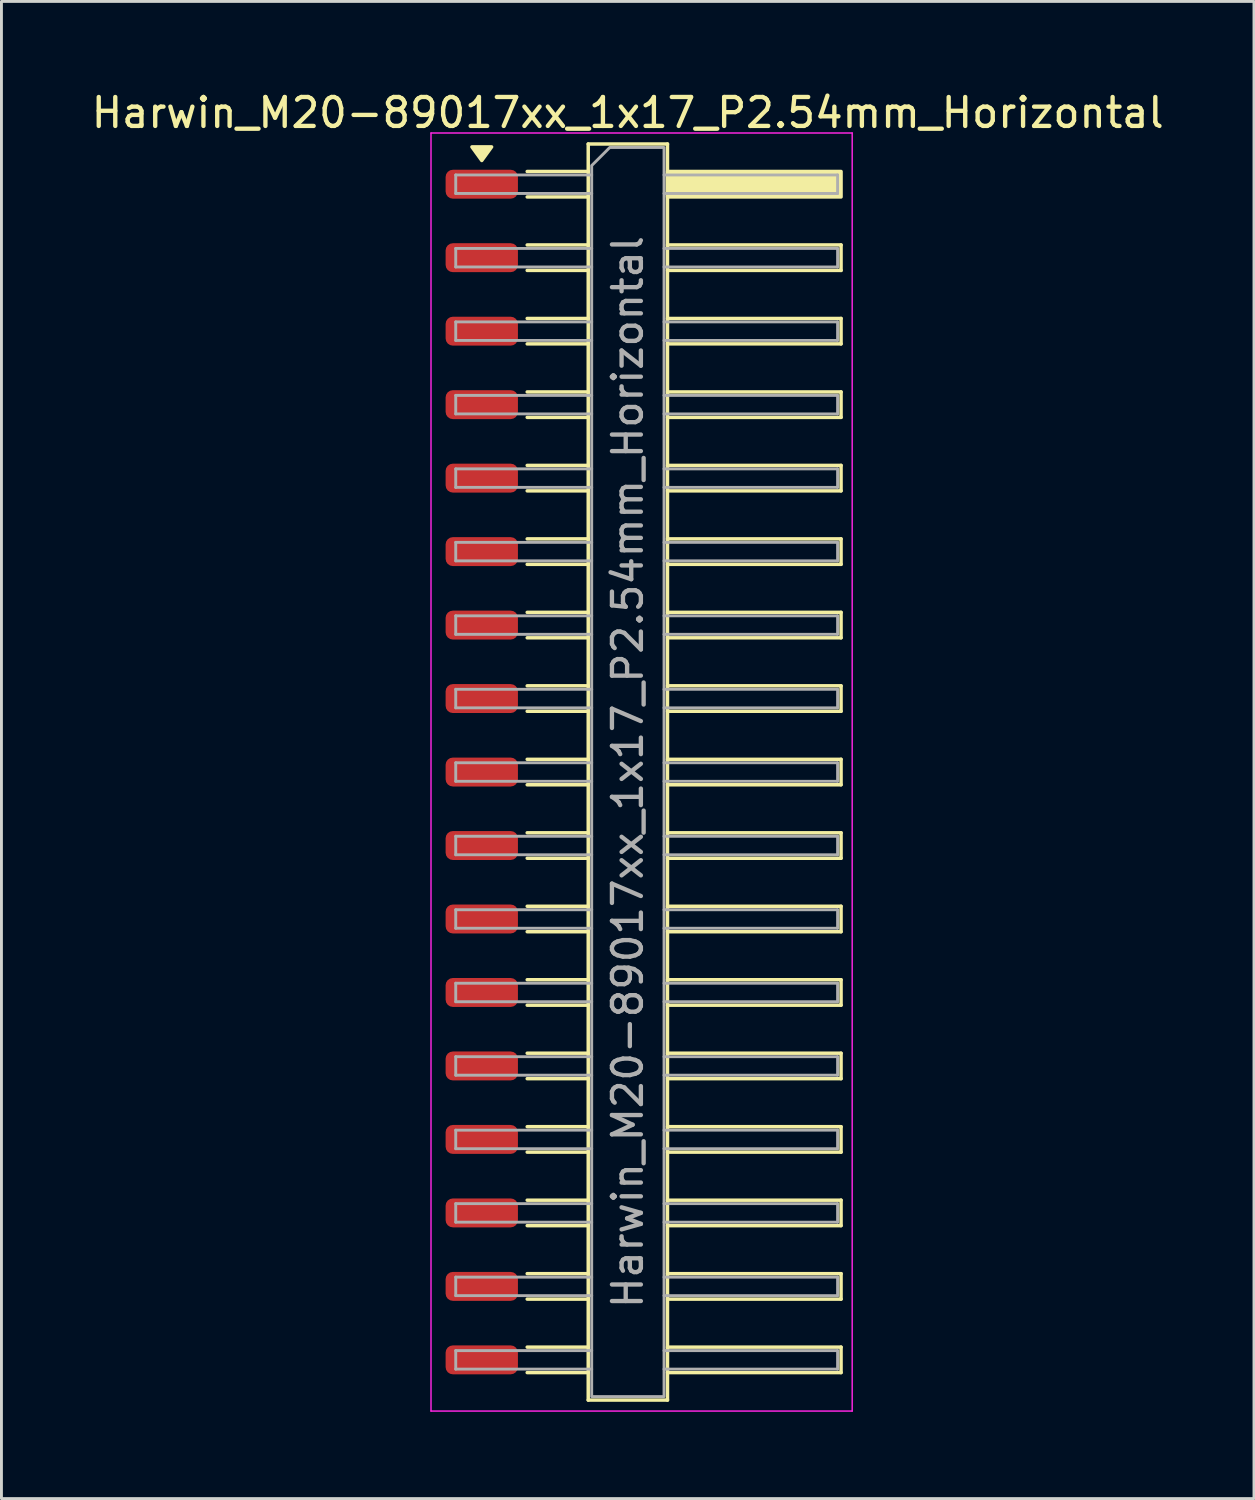
<source format=kicad_pcb>
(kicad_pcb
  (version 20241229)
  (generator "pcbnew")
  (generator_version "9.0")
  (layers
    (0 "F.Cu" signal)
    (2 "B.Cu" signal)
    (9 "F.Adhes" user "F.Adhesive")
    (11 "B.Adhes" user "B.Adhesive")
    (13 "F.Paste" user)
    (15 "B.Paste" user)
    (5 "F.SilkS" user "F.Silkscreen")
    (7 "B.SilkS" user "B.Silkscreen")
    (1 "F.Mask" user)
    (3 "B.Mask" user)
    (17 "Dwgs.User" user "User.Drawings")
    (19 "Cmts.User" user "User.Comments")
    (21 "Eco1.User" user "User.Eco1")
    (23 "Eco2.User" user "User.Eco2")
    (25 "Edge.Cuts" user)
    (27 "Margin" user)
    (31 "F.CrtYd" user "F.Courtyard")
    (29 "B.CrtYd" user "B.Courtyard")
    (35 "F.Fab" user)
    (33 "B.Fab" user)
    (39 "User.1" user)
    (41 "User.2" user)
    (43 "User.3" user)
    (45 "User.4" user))
  (footprint "Harwin_M20-89017xx_1x17_P2.54mm_Horizontal"
    (layer "F.Cu")
    (at 19.129 23.638)
    (property "Reference" "Harwin_M20-89017xx_1x17_P2.54mm_Horizontal" (at -0.48 -22.79 0) (layer "F.SilkS") (effects (font (size 1 1) (thickness 0.15))))
    (attr smd)
    (fp_line (start -3.955 -20.76) (end -1.845 -20.76) (stroke (width 0.12) (type solid)) (layer "F.SilkS"))
    (fp_line (start -3.955 -19.88) (end -1.845 -19.88) (stroke (width 0.12) (type solid)) (layer "F.SilkS"))
    (fp_line (start -3.955 -18.22) (end -1.845 -18.22) (stroke (width 0.12) (type solid)) (layer "F.SilkS"))
    (fp_line (start -3.955 -17.34) (end -1.845 -17.34) (stroke (width 0.12) (type solid)) (layer "F.SilkS"))
    (fp_line (start -3.955 -15.68) (end -1.845 -15.68) (stroke (width 0.12) (type solid)) (layer "F.SilkS"))
    (fp_line (start -3.955 -14.8) (end -1.845 -14.8) (stroke (width 0.12) (type solid)) (layer "F.SilkS"))
    (fp_line (start -3.955 -13.14) (end -1.845 -13.14) (stroke (width 0.12) (type solid)) (layer "F.SilkS"))
    (fp_line (start -3.955 -12.26) (end -1.845 -12.26) (stroke (width 0.12) (type solid)) (layer "F.SilkS"))
    (fp_line (start -3.955 -10.6) (end -1.845 -10.6) (stroke (width 0.12) (type solid)) (layer "F.SilkS"))
    (fp_line (start -3.955 -9.72) (end -1.845 -9.72) (stroke (width 0.12) (type solid)) (layer "F.SilkS"))
    (fp_line (start -3.955 -8.06) (end -1.845 -8.06) (stroke (width 0.12) (type solid)) (layer "F.SilkS"))
    (fp_line (start -3.955 -7.18) (end -1.845 -7.18) (stroke (width 0.12) (type solid)) (layer "F.SilkS"))
    (fp_line (start -3.955 -5.52) (end -1.845 -5.52) (stroke (width 0.12) (type solid)) (layer "F.SilkS"))
    (fp_line (start -3.955 -4.64) (end -1.845 -4.64) (stroke (width 0.12) (type solid)) (layer "F.SilkS"))
    (fp_line (start -3.955 -2.98) (end -1.845 -2.98) (stroke (width 0.12) (type solid)) (layer "F.SilkS"))
    (fp_line (start -3.955 -2.1) (end -1.845 -2.1) (stroke (width 0.12) (type solid)) (layer "F.SilkS"))
    (fp_line (start -3.955 -0.44) (end -1.845 -0.44) (stroke (width 0.12) (type solid)) (layer "F.SilkS"))
    (fp_line (start -3.955 0.44) (end -1.845 0.44) (stroke (width 0.12) (type solid)) (layer "F.SilkS"))
    (fp_line (start -3.955 2.1) (end -1.845 2.1) (stroke (width 0.12) (type solid)) (layer "F.SilkS"))
    (fp_line (start -3.955 2.98) (end -1.845 2.98) (stroke (width 0.12) (type solid)) (layer "F.SilkS"))
    (fp_line (start -3.955 4.64) (end -1.845 4.64) (stroke (width 0.12) (type solid)) (layer "F.SilkS"))
    (fp_line (start -3.955 5.52) (end -1.845 5.52) (stroke (width 0.12) (type solid)) (layer "F.SilkS"))
    (fp_line (start -3.955 7.18) (end -1.845 7.18) (stroke (width 0.12) (type solid)) (layer "F.SilkS"))
    (fp_line (start -3.955 8.06) (end -1.845 8.06) (stroke (width 0.12) (type solid)) (layer "F.SilkS"))
    (fp_line (start -3.955 9.72) (end -1.845 9.72) (stroke (width 0.12) (type solid)) (layer "F.SilkS"))
    (fp_line (start -3.955 10.6) (end -1.845 10.6) (stroke (width 0.12) (type solid)) (layer "F.SilkS"))
    (fp_line (start -3.955 12.26) (end -1.845 12.26) (stroke (width 0.12) (type solid)) (layer "F.SilkS"))
    (fp_line (start -3.955 13.14) (end -1.845 13.14) (stroke (width 0.12) (type solid)) (layer "F.SilkS"))
    (fp_line (start -3.955 14.8) (end -1.845 14.8) (stroke (width 0.12) (type solid)) (layer "F.SilkS"))
    (fp_line (start -3.955 15.68) (end -1.845 15.68) (stroke (width 0.12) (type solid)) (layer "F.SilkS"))
    (fp_line (start -3.955 17.34) (end -1.845 17.34) (stroke (width 0.12) (type solid)) (layer "F.SilkS"))
    (fp_line (start -3.955 18.22) (end -1.845 18.22) (stroke (width 0.12) (type solid)) (layer "F.SilkS"))
    (fp_line (start -3.955 19.88) (end -1.845 19.88) (stroke (width 0.12) (type solid)) (layer "F.SilkS"))
    (fp_line (start -3.955 20.76) (end -1.845 20.76) (stroke (width 0.12) (type solid)) (layer "F.SilkS"))
    (fp_line (start -1.845 -21.71) (end 0.895 -21.71) (stroke (width 0.12) (type solid)) (layer "F.SilkS"))
    (fp_line (start -1.845 21.71) (end -1.845 -21.71) (stroke (width 0.12) (type solid)) (layer "F.SilkS"))
    (fp_line (start 0.895 -21.71) (end 0.895 21.71) (stroke (width 0.12) (type solid)) (layer "F.SilkS"))
    (fp_line (start 0.895 -18.22) (end 6.895 -18.22) (stroke (width 0.12) (type solid)) (layer "F.SilkS"))
    (fp_line (start 0.895 -15.68) (end 6.895 -15.68) (stroke (width 0.12) (type solid)) (layer "F.SilkS"))
    (fp_line (start 0.895 -13.14) (end 6.895 -13.14) (stroke (width 0.12) (type solid)) (layer "F.SilkS"))
    (fp_line (start 0.895 -10.6) (end 6.895 -10.6) (stroke (width 0.12) (type solid)) (layer "F.SilkS"))
    (fp_line (start 0.895 -8.06) (end 6.895 -8.06) (stroke (width 0.12) (type solid)) (layer "F.SilkS"))
    (fp_line (start 0.895 -5.52) (end 6.895 -5.52) (stroke (width 0.12) (type solid)) (layer "F.SilkS"))
    (fp_line (start 0.895 -2.98) (end 6.895 -2.98) (stroke (width 0.12) (type solid)) (layer "F.SilkS"))
    (fp_line (start 0.895 -0.44) (end 6.895 -0.44) (stroke (width 0.12) (type solid)) (layer "F.SilkS"))
    (fp_line (start 0.895 2.1) (end 6.895 2.1) (stroke (width 0.12) (type solid)) (layer "F.SilkS"))
    (fp_line (start 0.895 4.64) (end 6.895 4.64) (stroke (width 0.12) (type solid)) (layer "F.SilkS"))
    (fp_line (start 0.895 7.18) (end 6.895 7.18) (stroke (width 0.12) (type solid)) (layer "F.SilkS"))
    (fp_line (start 0.895 9.72) (end 6.895 9.72) (stroke (width 0.12) (type solid)) (layer "F.SilkS"))
    (fp_line (start 0.895 12.26) (end 6.895 12.26) (stroke (width 0.12) (type solid)) (layer "F.SilkS"))
    (fp_line (start 0.895 14.8) (end 6.895 14.8) (stroke (width 0.12) (type solid)) (layer "F.SilkS"))
    (fp_line (start 0.895 17.34) (end 6.895 17.34) (stroke (width 0.12) (type solid)) (layer "F.SilkS"))
    (fp_line (start 0.895 19.88) (end 6.895 19.88) (stroke (width 0.12) (type solid)) (layer "F.SilkS"))
    (fp_line (start 0.895 21.71) (end -1.845 21.71) (stroke (width 0.12) (type solid)) (layer "F.SilkS"))
    (fp_line (start 6.895 -18.22) (end 6.895 -17.34) (stroke (width 0.12) (type solid)) (layer "F.SilkS"))
    (fp_line (start 6.895 -17.34) (end 0.895 -17.34) (stroke (width 0.12) (type solid)) (layer "F.SilkS"))
    (fp_line (start 6.895 -15.68) (end 6.895 -14.8) (stroke (width 0.12) (type solid)) (layer "F.SilkS"))
    (fp_line (start 6.895 -14.8) (end 0.895 -14.8) (stroke (width 0.12) (type solid)) (layer "F.SilkS"))
    (fp_line (start 6.895 -13.14) (end 6.895 -12.26) (stroke (width 0.12) (type solid)) (layer "F.SilkS"))
    (fp_line (start 6.895 -12.26) (end 0.895 -12.26) (stroke (width 0.12) (type solid)) (layer "F.SilkS"))
    (fp_line (start 6.895 -10.6) (end 6.895 -9.72) (stroke (width 0.12) (type solid)) (layer "F.SilkS"))
    (fp_line (start 6.895 -9.72) (end 0.895 -9.72) (stroke (width 0.12) (type solid)) (layer "F.SilkS"))
    (fp_line (start 6.895 -8.06) (end 6.895 -7.18) (stroke (width 0.12) (type solid)) (layer "F.SilkS"))
    (fp_line (start 6.895 -7.18) (end 0.895 -7.18) (stroke (width 0.12) (type solid)) (layer "F.SilkS"))
    (fp_line (start 6.895 -5.52) (end 6.895 -4.64) (stroke (width 0.12) (type solid)) (layer "F.SilkS"))
    (fp_line (start 6.895 -4.64) (end 0.895 -4.64) (stroke (width 0.12) (type solid)) (layer "F.SilkS"))
    (fp_line (start 6.895 -2.98) (end 6.895 -2.1) (stroke (width 0.12) (type solid)) (layer "F.SilkS"))
    (fp_line (start 6.895 -2.1) (end 0.895 -2.1) (stroke (width 0.12) (type solid)) (layer "F.SilkS"))
    (fp_line (start 6.895 -0.44) (end 6.895 0.44) (stroke (width 0.12) (type solid)) (layer "F.SilkS"))
    (fp_line (start 6.895 0.44) (end 0.895 0.44) (stroke (width 0.12) (type solid)) (layer "F.SilkS"))
    (fp_line (start 6.895 2.1) (end 6.895 2.98) (stroke (width 0.12) (type solid)) (layer "F.SilkS"))
    (fp_line (start 6.895 2.98) (end 0.895 2.98) (stroke (width 0.12) (type solid)) (layer "F.SilkS"))
    (fp_line (start 6.895 4.64) (end 6.895 5.52) (stroke (width 0.12) (type solid)) (layer "F.SilkS"))
    (fp_line (start 6.895 5.52) (end 0.895 5.52) (stroke (width 0.12) (type solid)) (layer "F.SilkS"))
    (fp_line (start 6.895 7.18) (end 6.895 8.06) (stroke (width 0.12) (type solid)) (layer "F.SilkS"))
    (fp_line (start 6.895 8.06) (end 0.895 8.06) (stroke (width 0.12) (type solid)) (layer "F.SilkS"))
    (fp_line (start 6.895 9.72) (end 6.895 10.6) (stroke (width 0.12) (type solid)) (layer "F.SilkS"))
    (fp_line (start 6.895 10.6) (end 0.895 10.6) (stroke (width 0.12) (type solid)) (layer "F.SilkS"))
    (fp_line (start 6.895 12.26) (end 6.895 13.14) (stroke (width 0.12) (type solid)) (layer "F.SilkS"))
    (fp_line (start 6.895 13.14) (end 0.895 13.14) (stroke (width 0.12) (type solid)) (layer "F.SilkS"))
    (fp_line (start 6.895 14.8) (end 6.895 15.68) (stroke (width 0.12) (type solid)) (layer "F.SilkS"))
    (fp_line (start 6.895 15.68) (end 0.895 15.68) (stroke (width 0.12) (type solid)) (layer "F.SilkS"))
    (fp_line (start 6.895 17.34) (end 6.895 18.22) (stroke (width 0.12) (type solid)) (layer "F.SilkS"))
    (fp_line (start 6.895 18.22) (end 0.895 18.22) (stroke (width 0.12) (type solid)) (layer "F.SilkS"))
    (fp_line (start 6.895 19.88) (end 6.895 20.76) (stroke (width 0.12) (type solid)) (layer "F.SilkS"))
    (fp_line (start 6.895 20.76) (end 0.895 20.76) (stroke (width 0.12) (type solid)) (layer "F.SilkS"))
    (fp_rect (start 0.895 -20.76) (end 6.895 -19.88) (stroke (width 0.12) (type solid)) (fill yes) (layer "F.SilkS"))
    (fp_poly (pts (xy -5.525 -21.14) (xy -5.865 -21.61) (xy -5.185 -21.61)) (stroke (width 0.12) (type solid)) (fill yes) (layer "F.SilkS"))
    (fp_line (start -7.28 -22.09) (end 7.28 -22.09) (stroke (width 0.05) (type solid)) (layer "F.CrtYd"))
    (fp_line (start -7.28 22.09) (end -7.28 -22.09) (stroke (width 0.05) (type solid)) (layer "F.CrtYd"))
    (fp_line (start 7.28 -22.09) (end 7.28 22.09) (stroke (width 0.05) (type solid)) (layer "F.CrtYd"))
    (fp_line (start 7.28 22.09) (end -7.28 22.09) (stroke (width 0.05) (type solid)) (layer "F.CrtYd"))
    (fp_line (start -6.425 -20.64) (end -6.425 -20) (stroke (width 0.1) (type solid)) (layer "F.Fab"))
    (fp_line (start -6.425 -20) (end -1.725 -20) (stroke (width 0.1) (type solid)) (layer "F.Fab"))
    (fp_line (start -6.425 -18.1) (end -6.425 -17.46) (stroke (width 0.1) (type solid)) (layer "F.Fab"))
    (fp_line (start -6.425 -17.46) (end -1.725 -17.46) (stroke (width 0.1) (type solid)) (layer "F.Fab"))
    (fp_line (start -6.425 -15.56) (end -6.425 -14.92) (stroke (width 0.1) (type solid)) (layer "F.Fab"))
    (fp_line (start -6.425 -14.92) (end -1.725 -14.92) (stroke (width 0.1) (type solid)) (layer "F.Fab"))
    (fp_line (start -6.425 -13.02) (end -6.425 -12.38) (stroke (width 0.1) (type solid)) (layer "F.Fab"))
    (fp_line (start -6.425 -12.38) (end -1.725 -12.38) (stroke (width 0.1) (type solid)) (layer "F.Fab"))
    (fp_line (start -6.425 -10.48) (end -6.425 -9.84) (stroke (width 0.1) (type solid)) (layer "F.Fab"))
    (fp_line (start -6.425 -9.84) (end -1.725 -9.84) (stroke (width 0.1) (type solid)) (layer "F.Fab"))
    (fp_line (start -6.425 -7.94) (end -6.425 -7.3) (stroke (width 0.1) (type solid)) (layer "F.Fab"))
    (fp_line (start -6.425 -7.3) (end -1.725 -7.3) (stroke (width 0.1) (type solid)) (layer "F.Fab"))
    (fp_line (start -6.425 -5.4) (end -6.425 -4.76) (stroke (width 0.1) (type solid)) (layer "F.Fab"))
    (fp_line (start -6.425 -4.76) (end -1.725 -4.76) (stroke (width 0.1) (type solid)) (layer "F.Fab"))
    (fp_line (start -6.425 -2.86) (end -6.425 -2.22) (stroke (width 0.1) (type solid)) (layer "F.Fab"))
    (fp_line (start -6.425 -2.22) (end -1.725 -2.22) (stroke (width 0.1) (type solid)) (layer "F.Fab"))
    (fp_line (start -6.425 -0.32) (end -6.425 0.32) (stroke (width 0.1) (type solid)) (layer "F.Fab"))
    (fp_line (start -6.425 0.32) (end -1.725 0.32) (stroke (width 0.1) (type solid)) (layer "F.Fab"))
    (fp_line (start -6.425 2.22) (end -6.425 2.86) (stroke (width 0.1) (type solid)) (layer "F.Fab"))
    (fp_line (start -6.425 2.86) (end -1.725 2.86) (stroke (width 0.1) (type solid)) (layer "F.Fab"))
    (fp_line (start -6.425 4.76) (end -6.425 5.4) (stroke (width 0.1) (type solid)) (layer "F.Fab"))
    (fp_line (start -6.425 5.4) (end -1.725 5.4) (stroke (width 0.1) (type solid)) (layer "F.Fab"))
    (fp_line (start -6.425 7.3) (end -6.425 7.94) (stroke (width 0.1) (type solid)) (layer "F.Fab"))
    (fp_line (start -6.425 7.94) (end -1.725 7.94) (stroke (width 0.1) (type solid)) (layer "F.Fab"))
    (fp_line (start -6.425 9.84) (end -6.425 10.48) (stroke (width 0.1) (type solid)) (layer "F.Fab"))
    (fp_line (start -6.425 10.48) (end -1.725 10.48) (stroke (width 0.1) (type solid)) (layer "F.Fab"))
    (fp_line (start -6.425 12.38) (end -6.425 13.02) (stroke (width 0.1) (type solid)) (layer "F.Fab"))
    (fp_line (start -6.425 13.02) (end -1.725 13.02) (stroke (width 0.1) (type solid)) (layer "F.Fab"))
    (fp_line (start -6.425 14.92) (end -6.425 15.56) (stroke (width 0.1) (type solid)) (layer "F.Fab"))
    (fp_line (start -6.425 15.56) (end -1.725 15.56) (stroke (width 0.1) (type solid)) (layer "F.Fab"))
    (fp_line (start -6.425 17.46) (end -6.425 18.1) (stroke (width 0.1) (type solid)) (layer "F.Fab"))
    (fp_line (start -6.425 18.1) (end -1.725 18.1) (stroke (width 0.1) (type solid)) (layer "F.Fab"))
    (fp_line (start -6.425 20) (end -6.425 20.64) (stroke (width 0.1) (type solid)) (layer "F.Fab"))
    (fp_line (start -6.425 20.64) (end -1.725 20.64) (stroke (width 0.1) (type solid)) (layer "F.Fab"))
    (fp_line (start -1.725 -20.64) (end -6.425 -20.64) (stroke (width 0.1) (type solid)) (layer "F.Fab"))
    (fp_line (start -1.725 -18.1) (end -6.425 -18.1) (stroke (width 0.1) (type solid)) (layer "F.Fab"))
    (fp_line (start -1.725 -15.56) (end -6.425 -15.56) (stroke (width 0.1) (type solid)) (layer "F.Fab"))
    (fp_line (start -1.725 -13.02) (end -6.425 -13.02) (stroke (width 0.1) (type solid)) (layer "F.Fab"))
    (fp_line (start -1.725 -10.48) (end -6.425 -10.48) (stroke (width 0.1) (type solid)) (layer "F.Fab"))
    (fp_line (start -1.725 -7.94) (end -6.425 -7.94) (stroke (width 0.1) (type solid)) (layer "F.Fab"))
    (fp_line (start -1.725 -5.4) (end -6.425 -5.4) (stroke (width 0.1) (type solid)) (layer "F.Fab"))
    (fp_line (start -1.725 -2.86) (end -6.425 -2.86) (stroke (width 0.1) (type solid)) (layer "F.Fab"))
    (fp_line (start -1.725 -0.32) (end -6.425 -0.32) (stroke (width 0.1) (type solid)) (layer "F.Fab"))
    (fp_line (start -1.725 2.22) (end -6.425 2.22) (stroke (width 0.1) (type solid)) (layer "F.Fab"))
    (fp_line (start -1.725 4.76) (end -6.425 4.76) (stroke (width 0.1) (type solid)) (layer "F.Fab"))
    (fp_line (start -1.725 7.3) (end -6.425 7.3) (stroke (width 0.1) (type solid)) (layer "F.Fab"))
    (fp_line (start -1.725 9.84) (end -6.425 9.84) (stroke (width 0.1) (type solid)) (layer "F.Fab"))
    (fp_line (start -1.725 12.38) (end -6.425 12.38) (stroke (width 0.1) (type solid)) (layer "F.Fab"))
    (fp_line (start -1.725 14.92) (end -6.425 14.92) (stroke (width 0.1) (type solid)) (layer "F.Fab"))
    (fp_line (start -1.725 17.46) (end -6.425 17.46) (stroke (width 0.1) (type solid)) (layer "F.Fab"))
    (fp_line (start -1.725 20) (end -6.425 20) (stroke (width 0.1) (type solid)) (layer "F.Fab"))
    (fp_line (start 0.775 -20.64) (end 6.775 -20.64) (stroke (width 0.1) (type solid)) (layer "F.Fab"))
    (fp_line (start 0.775 -18.1) (end 6.775 -18.1) (stroke (width 0.1) (type solid)) (layer "F.Fab"))
    (fp_line (start 0.775 -15.56) (end 6.775 -15.56) (stroke (width 0.1) (type solid)) (layer "F.Fab"))
    (fp_line (start 0.775 -13.02) (end 6.775 -13.02) (stroke (width 0.1) (type solid)) (layer "F.Fab"))
    (fp_line (start 0.775 -10.48) (end 6.775 -10.48) (stroke (width 0.1) (type solid)) (layer "F.Fab"))
    (fp_line (start 0.775 -7.94) (end 6.775 -7.94) (stroke (width 0.1) (type solid)) (layer "F.Fab"))
    (fp_line (start 0.775 -5.4) (end 6.775 -5.4) (stroke (width 0.1) (type solid)) (layer "F.Fab"))
    (fp_line (start 0.775 -2.86) (end 6.775 -2.86) (stroke (width 0.1) (type solid)) (layer "F.Fab"))
    (fp_line (start 0.775 -0.32) (end 6.775 -0.32) (stroke (width 0.1) (type solid)) (layer "F.Fab"))
    (fp_line (start 0.775 2.22) (end 6.775 2.22) (stroke (width 0.1) (type solid)) (layer "F.Fab"))
    (fp_line (start 0.775 4.76) (end 6.775 4.76) (stroke (width 0.1) (type solid)) (layer "F.Fab"))
    (fp_line (start 0.775 7.3) (end 6.775 7.3) (stroke (width 0.1) (type solid)) (layer "F.Fab"))
    (fp_line (start 0.775 9.84) (end 6.775 9.84) (stroke (width 0.1) (type solid)) (layer "F.Fab"))
    (fp_line (start 0.775 12.38) (end 6.775 12.38) (stroke (width 0.1) (type solid)) (layer "F.Fab"))
    (fp_line (start 0.775 14.92) (end 6.775 14.92) (stroke (width 0.1) (type solid)) (layer "F.Fab"))
    (fp_line (start 0.775 17.46) (end 6.775 17.46) (stroke (width 0.1) (type solid)) (layer "F.Fab"))
    (fp_line (start 0.775 20) (end 6.775 20) (stroke (width 0.1) (type solid)) (layer "F.Fab"))
    (fp_line (start 6.775 -20.64) (end 6.775 -20) (stroke (width 0.1) (type solid)) (layer "F.Fab"))
    (fp_line (start 6.775 -20) (end 0.775 -20) (stroke (width 0.1) (type solid)) (layer "F.Fab"))
    (fp_line (start 6.775 -18.1) (end 6.775 -17.46) (stroke (width 0.1) (type solid)) (layer "F.Fab"))
    (fp_line (start 6.775 -17.46) (end 0.775 -17.46) (stroke (width 0.1) (type solid)) (layer "F.Fab"))
    (fp_line (start 6.775 -15.56) (end 6.775 -14.92) (stroke (width 0.1) (type solid)) (layer "F.Fab"))
    (fp_line (start 6.775 -14.92) (end 0.775 -14.92) (stroke (width 0.1) (type solid)) (layer "F.Fab"))
    (fp_line (start 6.775 -13.02) (end 6.775 -12.38) (stroke (width 0.1) (type solid)) (layer "F.Fab"))
    (fp_line (start 6.775 -12.38) (end 0.775 -12.38) (stroke (width 0.1) (type solid)) (layer "F.Fab"))
    (fp_line (start 6.775 -10.48) (end 6.775 -9.84) (stroke (width 0.1) (type solid)) (layer "F.Fab"))
    (fp_line (start 6.775 -9.84) (end 0.775 -9.84) (stroke (width 0.1) (type solid)) (layer "F.Fab"))
    (fp_line (start 6.775 -7.94) (end 6.775 -7.3) (stroke (width 0.1) (type solid)) (layer "F.Fab"))
    (fp_line (start 6.775 -7.3) (end 0.775 -7.3) (stroke (width 0.1) (type solid)) (layer "F.Fab"))
    (fp_line (start 6.775 -5.4) (end 6.775 -4.76) (stroke (width 0.1) (type solid)) (layer "F.Fab"))
    (fp_line (start 6.775 -4.76) (end 0.775 -4.76) (stroke (width 0.1) (type solid)) (layer "F.Fab"))
    (fp_line (start 6.775 -2.86) (end 6.775 -2.22) (stroke (width 0.1) (type solid)) (layer "F.Fab"))
    (fp_line (start 6.775 -2.22) (end 0.775 -2.22) (stroke (width 0.1) (type solid)) (layer "F.Fab"))
    (fp_line (start 6.775 -0.32) (end 6.775 0.32) (stroke (width 0.1) (type solid)) (layer "F.Fab"))
    (fp_line (start 6.775 0.32) (end 0.775 0.32) (stroke (width 0.1) (type solid)) (layer "F.Fab"))
    (fp_line (start 6.775 2.22) (end 6.775 2.86) (stroke (width 0.1) (type solid)) (layer "F.Fab"))
    (fp_line (start 6.775 2.86) (end 0.775 2.86) (stroke (width 0.1) (type solid)) (layer "F.Fab"))
    (fp_line (start 6.775 4.76) (end 6.775 5.4) (stroke (width 0.1) (type solid)) (layer "F.Fab"))
    (fp_line (start 6.775 5.4) (end 0.775 5.4) (stroke (width 0.1) (type solid)) (layer "F.Fab"))
    (fp_line (start 6.775 7.3) (end 6.775 7.94) (stroke (width 0.1) (type solid)) (layer "F.Fab"))
    (fp_line (start 6.775 7.94) (end 0.775 7.94) (stroke (width 0.1) (type solid)) (layer "F.Fab"))
    (fp_line (start 6.775 9.84) (end 6.775 10.48) (stroke (width 0.1) (type solid)) (layer "F.Fab"))
    (fp_line (start 6.775 10.48) (end 0.775 10.48) (stroke (width 0.1) (type solid)) (layer "F.Fab"))
    (fp_line (start 6.775 12.38) (end 6.775 13.02) (stroke (width 0.1) (type solid)) (layer "F.Fab"))
    (fp_line (start 6.775 13.02) (end 0.775 13.02) (stroke (width 0.1) (type solid)) (layer "F.Fab"))
    (fp_line (start 6.775 14.92) (end 6.775 15.56) (stroke (width 0.1) (type solid)) (layer "F.Fab"))
    (fp_line (start 6.775 15.56) (end 0.775 15.56) (stroke (width 0.1) (type solid)) (layer "F.Fab"))
    (fp_line (start 6.775 17.46) (end 6.775 18.1) (stroke (width 0.1) (type solid)) (layer "F.Fab"))
    (fp_line (start 6.775 18.1) (end 0.775 18.1) (stroke (width 0.1) (type solid)) (layer "F.Fab"))
    (fp_line (start 6.775 20) (end 6.775 20.64) (stroke (width 0.1) (type solid)) (layer "F.Fab"))
    (fp_line (start 6.775 20.64) (end 0.775 20.64) (stroke (width 0.1) (type solid)) (layer "F.Fab"))
    (fp_poly (pts (xy -1.725 -20.965) (xy -1.725 21.59) (xy 0.775 21.59) (xy 0.775 -21.59) (xy -1.1 -21.59)) (stroke (width 0.1) (type solid)) (fill no) (layer "F.Fab"))
    (fp_text user "${REFERENCE}" (at -0.48 0 90) (layer "F.Fab") (effects (font (size 1 1) (thickness 0.15))))
    (pad "1" smd roundrect (at -5.525 -20.32) (size 2.5 1) (layers "F.Cu" "F.Mask" "F.Paste") (roundrect_rratio 0.25))
    (pad "2" smd roundrect (at -5.525 -17.78) (size 2.5 1) (layers "F.Cu" "F.Mask" "F.Paste") (roundrect_rratio 0.25))
    (pad "3" smd roundrect (at -5.525 -15.24) (size 2.5 1) (layers "F.Cu" "F.Mask" "F.Paste") (roundrect_rratio 0.25))
    (pad "4" smd roundrect (at -5.525 -12.7) (size 2.5 1) (layers "F.Cu" "F.Mask" "F.Paste") (roundrect_rratio 0.25))
    (pad "5" smd roundrect (at -5.525 -10.16) (size 2.5 1) (layers "F.Cu" "F.Mask" "F.Paste") (roundrect_rratio 0.25))
    (pad "6" smd roundrect (at -5.525 -7.62) (size 2.5 1) (layers "F.Cu" "F.Mask" "F.Paste") (roundrect_rratio 0.25))
    (pad "7" smd roundrect (at -5.525 -5.08) (size 2.5 1) (layers "F.Cu" "F.Mask" "F.Paste") (roundrect_rratio 0.25))
    (pad "8" smd roundrect (at -5.525 -2.54) (size 2.5 1) (layers "F.Cu" "F.Mask" "F.Paste") (roundrect_rratio 0.25))
    (pad "9" smd roundrect (at -5.525 0) (size 2.5 1) (layers "F.Cu" "F.Mask" "F.Paste") (roundrect_rratio 0.25))
    (pad "10" smd roundrect (at -5.525 2.54) (size 2.5 1) (layers "F.Cu" "F.Mask" "F.Paste") (roundrect_rratio 0.25))
    (pad "11" smd roundrect (at -5.525 5.08) (size 2.5 1) (layers "F.Cu" "F.Mask" "F.Paste") (roundrect_rratio 0.25))
    (pad "12" smd roundrect (at -5.525 7.62) (size 2.5 1) (layers "F.Cu" "F.Mask" "F.Paste") (roundrect_rratio 0.25))
    (pad "13" smd roundrect (at -5.525 10.16) (size 2.5 1) (layers "F.Cu" "F.Mask" "F.Paste") (roundrect_rratio 0.25))
    (pad "14" smd roundrect (at -5.525 12.7) (size 2.5 1) (layers "F.Cu" "F.Mask" "F.Paste") (roundrect_rratio 0.25))
    (pad "15" smd roundrect (at -5.525 15.24) (size 2.5 1) (layers "F.Cu" "F.Mask" "F.Paste") (roundrect_rratio 0.25))
    (pad "16" smd roundrect (at -5.525 17.78) (size 2.5 1) (layers "F.Cu" "F.Mask" "F.Paste") (roundrect_rratio 0.25))
    (pad "17" smd roundrect (at -5.525 20.32) (size 2.5 1) (layers "F.Cu" "F.Mask" "F.Paste") (roundrect_rratio 0.25)))
  (gr_rect
    (start -3 -3)
    (end 40.298 48.753)
    (stroke (width 0.1) (type default))
    (fill no)
    (layer "Edge.Cuts")))
</source>
